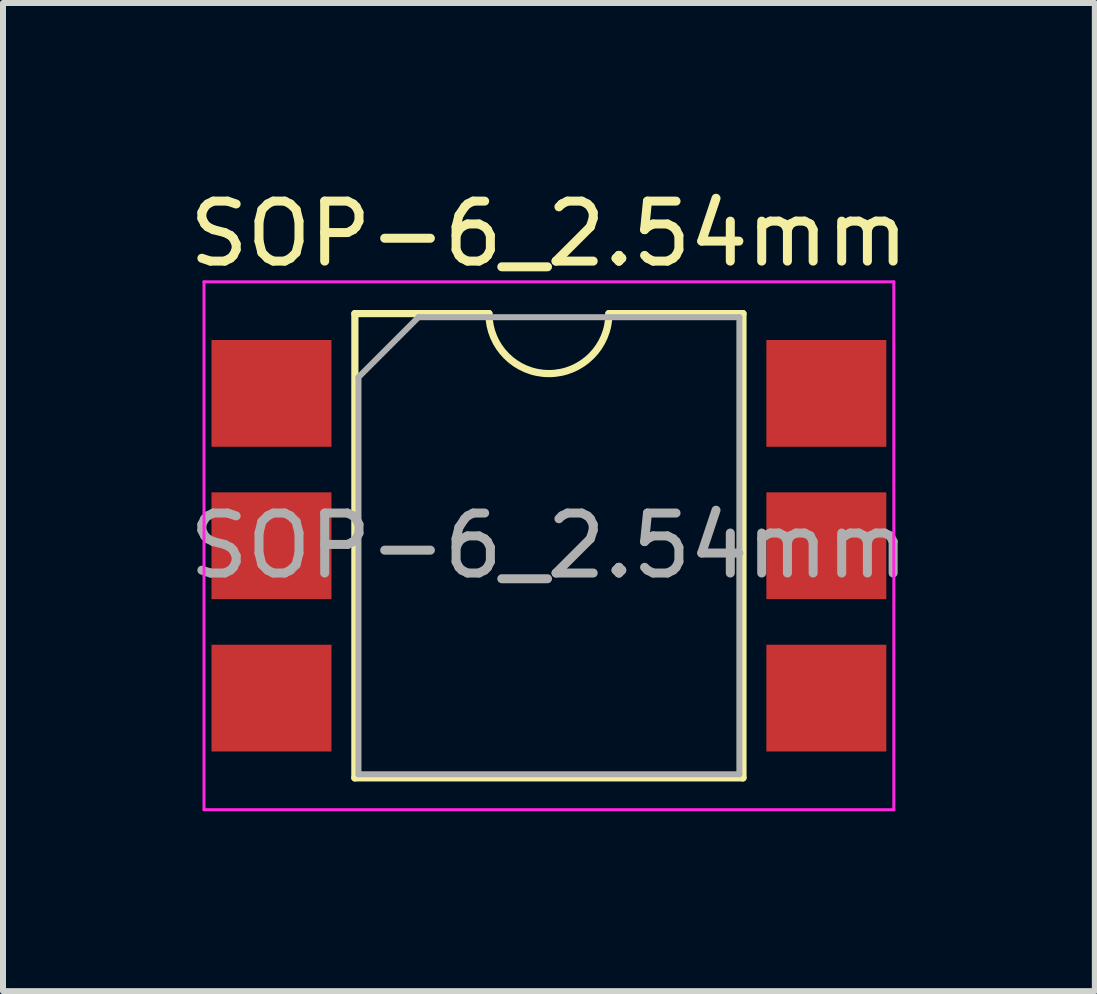
<source format=kicad_pcb>
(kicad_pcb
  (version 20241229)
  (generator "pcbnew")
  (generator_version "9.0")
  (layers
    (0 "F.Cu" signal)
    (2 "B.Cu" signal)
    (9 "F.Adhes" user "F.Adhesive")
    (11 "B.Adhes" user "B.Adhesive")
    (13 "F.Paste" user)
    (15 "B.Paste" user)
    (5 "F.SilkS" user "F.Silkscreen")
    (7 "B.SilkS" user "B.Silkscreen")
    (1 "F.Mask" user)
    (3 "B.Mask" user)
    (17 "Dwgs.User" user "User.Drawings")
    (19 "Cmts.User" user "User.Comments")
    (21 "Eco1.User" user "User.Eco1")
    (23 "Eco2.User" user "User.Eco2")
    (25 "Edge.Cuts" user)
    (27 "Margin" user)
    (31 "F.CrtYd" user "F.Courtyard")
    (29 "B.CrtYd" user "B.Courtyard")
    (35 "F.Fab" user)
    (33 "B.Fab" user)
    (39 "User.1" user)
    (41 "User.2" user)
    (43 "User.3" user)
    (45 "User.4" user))
  (footprint "SOP-6_2.54mm"
    (layer "F.Cu")
    (at 6.101 6.048)
    (property "Reference" "SOP-6_2.54mm" (at 0 -5.2 0) (layer "F.SilkS") (effects (font (size 1 1) (thickness 0.15))))
    (attr smd)
    (fp_line (start -3.235 -3.87) (end -3.235 3.87) (stroke (width 0.12) (type solid)) (layer "F.SilkS"))
    (fp_line (start -3.235 3.87) (end 3.235 3.87) (stroke (width 0.12) (type solid)) (layer "F.SilkS"))
    (fp_line (start -1 -3.87) (end -3.235 -3.87) (stroke (width 0.12) (type solid)) (layer "F.SilkS"))
    (fp_line (start 3.235 -3.87) (end 1 -3.87) (stroke (width 0.12) (type solid)) (layer "F.SilkS"))
    (fp_line (start 3.235 3.87) (end 3.235 -3.87) (stroke (width 0.12) (type solid)) (layer "F.SilkS"))
    (fp_arc (start 1 -3.87) (mid 0 -2.87) (end -1 -3.87) (stroke (width 0.12) (type solid)) (layer "F.SilkS"))
    (fp_line (start -5.75 -4.4) (end -5.75 4.4) (stroke (width 0.05) (type solid)) (layer "F.CrtYd"))
    (fp_line (start -5.75 4.4) (end 5.75 4.4) (stroke (width 0.05) (type solid)) (layer "F.CrtYd"))
    (fp_line (start 5.75 -4.4) (end -5.75 -4.4) (stroke (width 0.05) (type solid)) (layer "F.CrtYd"))
    (fp_line (start 5.75 4.4) (end 5.75 -4.4) (stroke (width 0.05) (type solid)) (layer "F.CrtYd"))
    (fp_line (start -3.175 -2.81) (end -2.175 -3.81) (stroke (width 0.1) (type solid)) (layer "F.Fab"))
    (fp_line (start -3.175 3.81) (end -3.175 -2.81) (stroke (width 0.1) (type solid)) (layer "F.Fab"))
    (fp_line (start -2.175 -3.81) (end 3.175 -3.81) (stroke (width 0.1) (type solid)) (layer "F.Fab"))
    (fp_line (start 3.175 -3.81) (end 3.175 3.81) (stroke (width 0.1) (type solid)) (layer "F.Fab"))
    (fp_line (start 3.175 3.81) (end -3.175 3.81) (stroke (width 0.1) (type solid)) (layer "F.Fab"))
    (fp_text user "${REFERENCE}" (at 0 0 0) (layer "F.Fab") (effects (font (size 1 1) (thickness 0.15))))
    (pad "1" smd rect (at -4.625 -2.54) (size 2 1.78) (layers "F.Cu" "F.Mask" "F.Paste"))
    (pad "2" smd rect (at -4.625 0) (size 2 1.78) (layers "F.Cu" "F.Mask" "F.Paste"))
    (pad "3" smd rect (at -4.625 2.54) (size 2 1.78) (layers "F.Cu" "F.Mask" "F.Paste"))
    (pad "4" smd rect (at 4.625 2.54) (size 2 1.78) (layers "F.Cu" "F.Mask" "F.Paste"))
    (pad "5" smd rect (at 4.625 0) (size 2 1.78) (layers "F.Cu" "F.Mask" "F.Paste"))
    (pad "6" smd rect (at 4.625 -2.54) (size 2 1.78) (layers "F.Cu" "F.Mask" "F.Paste")))
  (gr_rect
    (start -3 -3)
    (end 15.202 13.473)
    (stroke (width 0.1) (type default))
    (fill no)
    (layer "Edge.Cuts")))
</source>
